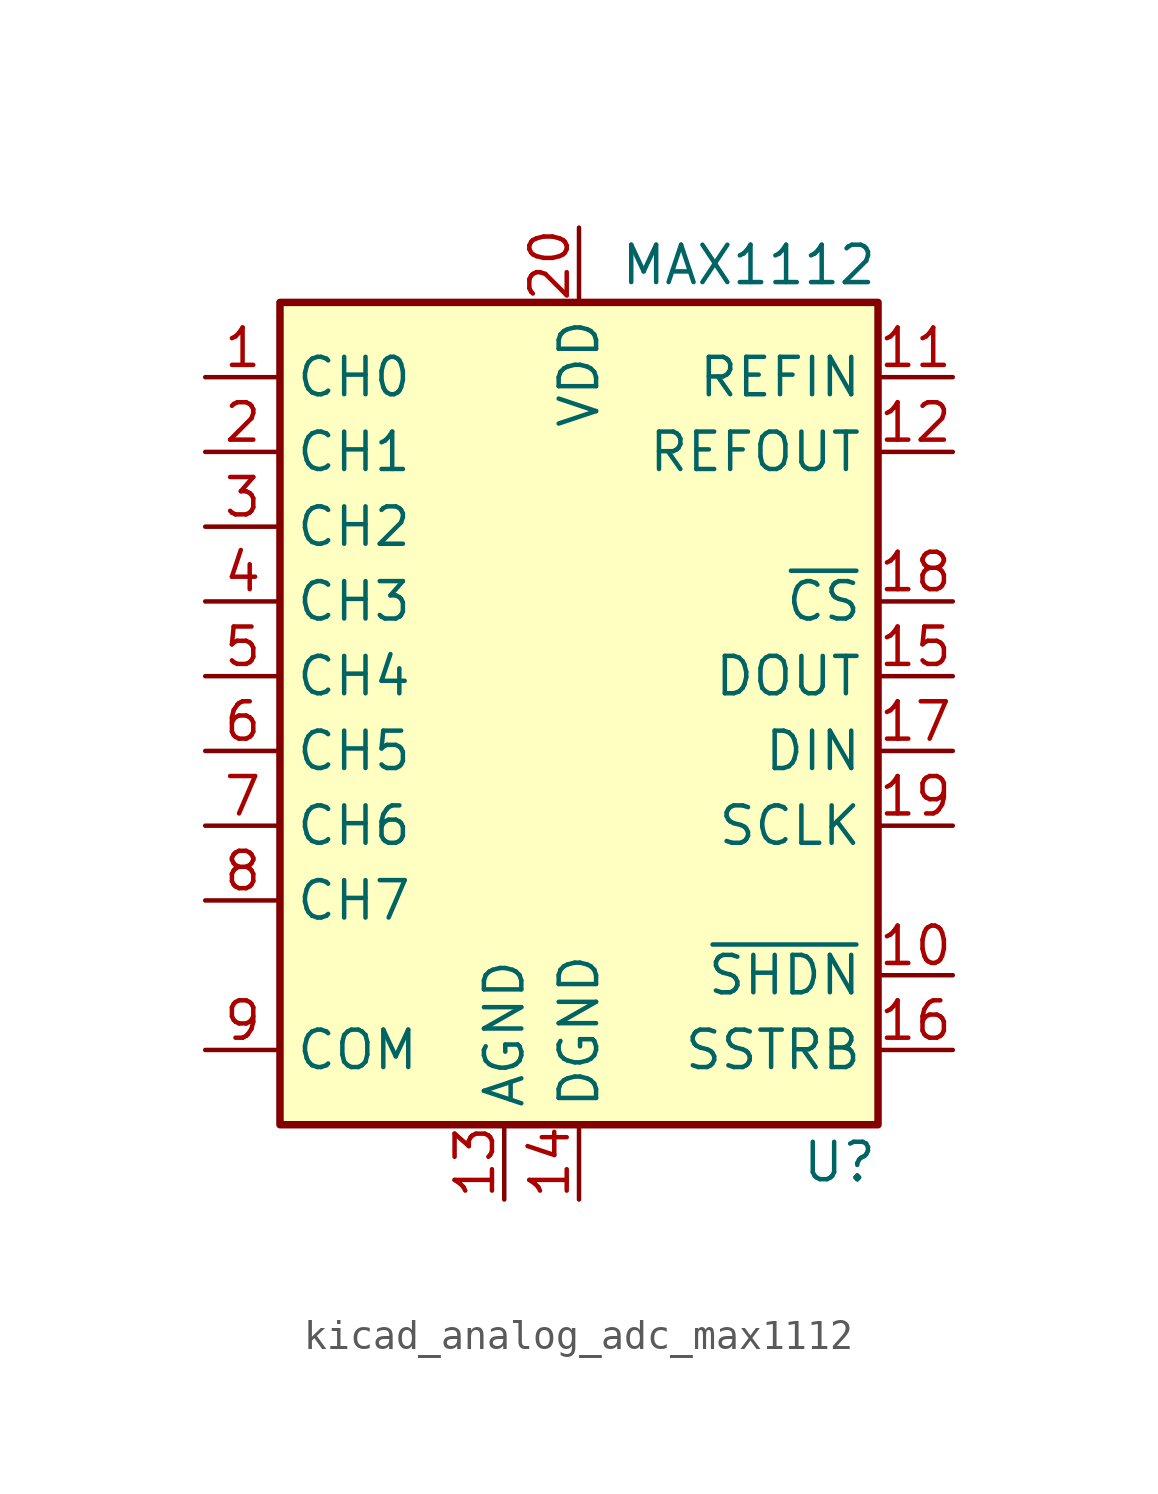
<source format=kicad_sym>
(kicad_symbol_lib
  (version 20220914)
  (generator kicad_symbol_editor)
  (symbol "kicad_analog_adc_max1112"
    (property "Reference" "U"
      (at 10.16 -13.97 0)
      (effects (font (size 1.27 1.27)) (justify right)))
    (property "Value" "MAX1112"
      (at 10.16 16.51 0)
      (effects (font (size 1.27 1.27)) (justify right)))
    (symbol "kicad_analog_adc_max1112_0_1"
      (rectangle (start 10.16 15.24) (end -10.16 -12.7) (stroke (width 0.254) (type default)) (fill (type background))))
    (symbol "kicad_analog_adc_max1112_1_1"
      (pin input line (at -12.7 12.7 0) (length 2.54) (name "CH0" (effects (font (size 1.27 1.27)))) (number "1" (effects (font (size 1.27 1.27)))))
      (pin input line (at 12.7 -7.62 180) (length 2.54) (name "~{SHDN}" (effects (font (size 1.27 1.27)))) (number "10" (effects (font (size 1.27 1.27)))))
      (pin power_in line (at 12.7 12.7 180) (length 2.54) (name "REFIN" (effects (font (size 1.27 1.27)))) (number "11" (effects (font (size 1.27 1.27)))))
      (pin power_out line (at 12.7 10.16 180) (length 2.54) (name "REFOUT" (effects (font (size 1.27 1.27)))) (number "12" (effects (font (size 1.27 1.27)))))
      (pin power_in line (at -2.54 -15.24 90) (length 2.54) (name "AGND" (effects (font (size 1.27 1.27)))) (number "13" (effects (font (size 1.27 1.27)))))
      (pin power_in line (at 0 -15.24 90) (length 2.54) (name "DGND" (effects (font (size 1.27 1.27)))) (number "14" (effects (font (size 1.27 1.27)))))
      (pin output line (at 12.7 2.54 180) (length 2.54) (name "DOUT" (effects (font (size 1.27 1.27)))) (number "15" (effects (font (size 1.27 1.27)))))
      (pin output line (at 12.7 -10.16 180) (length 2.54) (name "SSTRB" (effects (font (size 1.27 1.27)))) (number "16" (effects (font (size 1.27 1.27)))))
      (pin input line (at 12.7 0 180) (length 2.54) (name "DIN" (effects (font (size 1.27 1.27)))) (number "17" (effects (font (size 1.27 1.27)))))
      (pin input line (at 12.7 5.08 180) (length 2.54) (name "~{CS}" (effects (font (size 1.27 1.27)))) (number "18" (effects (font (size 1.27 1.27)))))
      (pin input line (at 12.7 -2.54 180) (length 2.54) (name "SCLK" (effects (font (size 1.27 1.27)))) (number "19" (effects (font (size 1.27 1.27)))))
      (pin input line (at -12.7 10.16 0) (length 2.54) (name "CH1" (effects (font (size 1.27 1.27)))) (number "2" (effects (font (size 1.27 1.27)))))
      (pin power_in line (at 0 17.78 270) (length 2.54) (name "VDD" (effects (font (size 1.27 1.27)))) (number "20" (effects (font (size 1.27 1.27)))))
      (pin input line (at -12.7 7.62 0) (length 2.54) (name "CH2" (effects (font (size 1.27 1.27)))) (number "3" (effects (font (size 1.27 1.27)))))
      (pin input line (at -12.7 5.08 0) (length 2.54) (name "CH3" (effects (font (size 1.27 1.27)))) (number "4" (effects (font (size 1.27 1.27)))))
      (pin input line (at -12.7 2.54 0) (length 2.54) (name "CH4" (effects (font (size 1.27 1.27)))) (number "5" (effects (font (size 1.27 1.27)))))
      (pin input line (at -12.7 0 0) (length 2.54) (name "CH5" (effects (font (size 1.27 1.27)))) (number "6" (effects (font (size 1.27 1.27)))))
      (pin input line (at -12.7 -2.54 0) (length 2.54) (name "CH6" (effects (font (size 1.27 1.27)))) (number "7" (effects (font (size 1.27 1.27)))))
      (pin input line (at -12.7 -5.08 0) (length 2.54) (name "CH7" (effects (font (size 1.27 1.27)))) (number "8" (effects (font (size 1.27 1.27)))))
      (pin power_in line (at -12.7 -10.16 0) (length 2.54) (name "COM" (effects (font (size 1.27 1.27)))) (number "9" (effects (font (size 1.27 1.27))))))))
</source>
